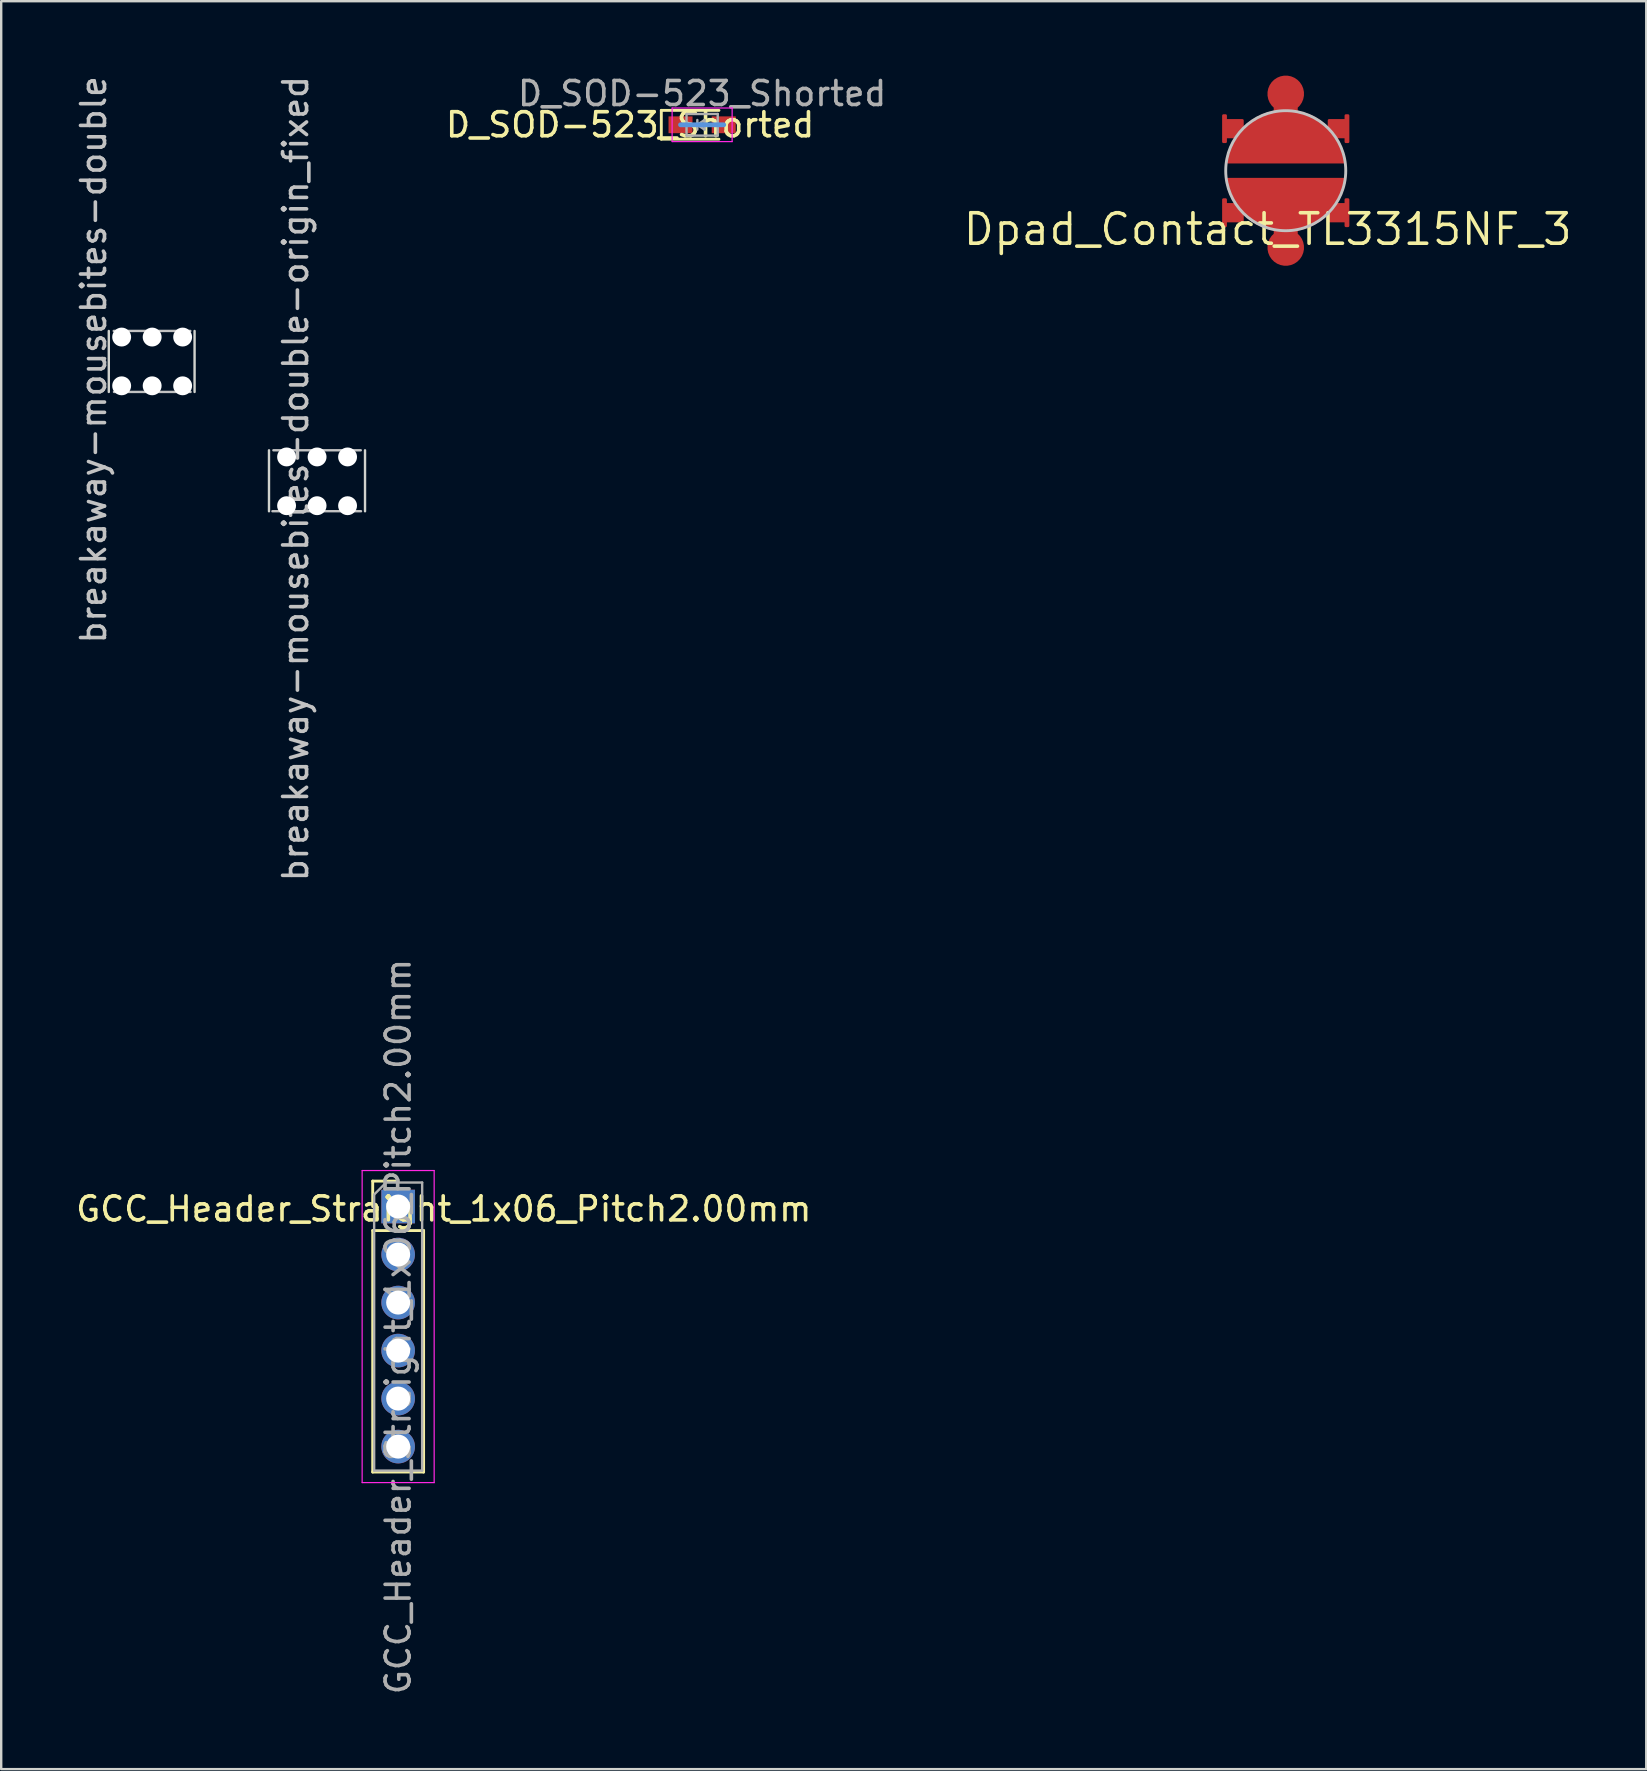
<source format=kicad_pcb>
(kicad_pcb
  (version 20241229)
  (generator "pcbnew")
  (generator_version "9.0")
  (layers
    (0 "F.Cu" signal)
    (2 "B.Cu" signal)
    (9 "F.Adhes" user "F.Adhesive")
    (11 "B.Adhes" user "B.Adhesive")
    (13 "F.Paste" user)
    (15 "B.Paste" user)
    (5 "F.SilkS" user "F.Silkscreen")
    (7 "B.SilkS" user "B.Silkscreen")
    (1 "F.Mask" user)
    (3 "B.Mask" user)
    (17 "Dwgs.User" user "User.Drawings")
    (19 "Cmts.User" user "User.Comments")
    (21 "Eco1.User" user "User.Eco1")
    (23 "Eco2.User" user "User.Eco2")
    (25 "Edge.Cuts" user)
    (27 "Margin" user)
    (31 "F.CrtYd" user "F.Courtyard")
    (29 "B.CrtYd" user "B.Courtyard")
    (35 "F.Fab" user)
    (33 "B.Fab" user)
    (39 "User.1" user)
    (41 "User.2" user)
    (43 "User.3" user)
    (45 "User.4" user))
  (footprint "breakaway-mousebites-double"
    (layer "F.Cu")
    (at 3.288 13.275)
    (property "Reference" "breakaway-mousebites-double" (at -2.44 -1.34 270) (layer "Dwgs.User") (effects (font (size 1 1) (thickness 0.15))))
    (attr exclude_from_pos_files)
    (fp_line (start -1.59 0) (end 1.6 0) (stroke (width 0.1) (type solid)) (layer "Dwgs.User"))
    (fp_line (start 1.59 -2.539) (end -1.6 -2.539) (stroke (width 0.1) (type solid)) (layer "Dwgs.User"))
    (fp_line (start -1.806 -2.538) (end -1.806 0.002) (stroke (width 0.1) (type solid)) (layer "Edge.Cuts"))
    (fp_line (start 1.767 -2.538) (end 1.767 0.002) (stroke (width 0.1) (type solid)) (layer "Edge.Cuts"))
    (pad "" np_thru_hole circle (at -1.27 -2.285 180) (size 0.787 0.787) (drill 0.787) (layers "*.Cu" "*.Mask"))
    (pad "" np_thru_hole circle (at -1.27 -0.254) (size 0.787 0.787) (drill 0.787) (layers "*.Cu" "*.Mask"))
    (pad "" np_thru_hole circle (at 0 -2.285 180) (size 0.787 0.787) (drill 0.787) (layers "*.Cu" "*.Mask"))
    (pad "" np_thru_hole circle (at 0 -0.254) (size 0.787 0.787) (drill 0.787) (layers "*.Cu" "*.Mask"))
    (pad "" np_thru_hole circle (at 1.27 -2.285 180) (size 0.787 0.787) (drill 0.787) (layers "*.Cu" "*.Mask"))
    (pad "" np_thru_hole circle (at 1.27 -0.254) (size 0.787 0.787) (drill 0.787) (layers "*.Cu" "*.Mask")))
  (footprint "GCC_Header_Straight_1x06_Pitch2.00mm"
    (layer "F.Cu")
    (at 13.535 47.208)
    (property "Reference" "GCC_Header_Straight_1x06_Pitch2.00mm" (at 1.9 0.1 180) (layer "F.SilkS") (effects (font (size 1 1) (thickness 0.15))))
    (attr through_hole)
    (fp_line (start -1.06 -1.06) (end 0 -1.06) (stroke (width 0.12) (type solid)) (layer "F.SilkS"))
    (fp_line (start -1.06 0) (end -1.06 -1.06) (stroke (width 0.12) (type solid)) (layer "F.SilkS"))
    (fp_line (start -1.06 1) (end -1.06 11.06) (stroke (width 0.12) (type solid)) (layer "F.SilkS"))
    (fp_line (start -1.06 1) (end 1.06 1) (stroke (width 0.12) (type solid)) (layer "F.SilkS"))
    (fp_line (start -1.06 11.06) (end 1.06 11.06) (stroke (width 0.12) (type solid)) (layer "F.SilkS"))
    (fp_line (start 1.06 1) (end 1.06 11.06) (stroke (width 0.12) (type solid)) (layer "F.SilkS"))
    (fp_line (start -1.5 -1.5) (end -1.5 11.5) (stroke (width 0.05) (type solid)) (layer "F.CrtYd"))
    (fp_line (start -1.5 11.5) (end 1.5 11.5) (stroke (width 0.05) (type solid)) (layer "F.CrtYd"))
    (fp_line (start 1.5 -1.5) (end -1.5 -1.5) (stroke (width 0.05) (type solid)) (layer "F.CrtYd"))
    (fp_line (start 1.5 11.5) (end 1.5 -1.5) (stroke (width 0.05) (type solid)) (layer "F.CrtYd"))
    (fp_line (start -1 -0.5) (end -0.5 -1) (stroke (width 0.1) (type solid)) (layer "F.Fab"))
    (fp_line (start -1 11) (end -1 -0.5) (stroke (width 0.1) (type solid)) (layer "F.Fab"))
    (fp_line (start -0.5 -1) (end 1 -1) (stroke (width 0.1) (type solid)) (layer "F.Fab"))
    (fp_line (start 1 -1) (end 1 11) (stroke (width 0.1) (type solid)) (layer "F.Fab"))
    (fp_line (start 1 11) (end -1 11) (stroke (width 0.1) (type solid)) (layer "F.Fab"))
    (fp_text user "${REFERENCE}" (at 0 5 90) (layer "F.Fab") (effects (font (size 1 1) (thickness 0.15))))
    (pad "1" thru_hole rect (at 0 0) (size 1.4 1.4) (drill 1) (layers "*.Cu" "*.Mask"))
    (pad "2" thru_hole oval (at 0 2) (size 1.4 1.4) (drill 1) (layers "*.Cu" "*.Mask"))
    (pad "3" thru_hole oval (at 0 4) (size 1.4 1.4) (drill 1) (layers "*.Cu" "*.Mask"))
    (pad "4" thru_hole oval (at 0 6) (size 1.4 1.4) (drill 1) (layers "*.Cu" "*.Mask"))
    (pad "5" thru_hole oval (at 0 8) (size 1.4 1.4) (drill 1) (layers "*.Cu" "*.Mask"))
    (pad "6" thru_hole oval (at 0 10) (size 1.4 1.4) (drill 1) (layers "*.Cu" "*.Mask")))
  (footprint "D_SOD-523_Shorted"
    (layer "F.Cu")
    (at 26.197 2.148)
    (property "Reference" "D_SOD-523_Shorted" (at -3 0 180) (layer "F.SilkS") (effects (font (size 1 1) (thickness 0.15))))
    (attr smd)
    (fp_line (start -1.7 -0.6) (end -1.7 0.6) (stroke (width 0.12) (type solid)) (layer "F.SilkS"))
    (fp_line (start 0.7 -0.6) (end -1.7 -0.6) (stroke (width 0.12) (type solid)) (layer "F.SilkS"))
    (fp_line (start 0.7 0.6) (end -1.7 0.6) (stroke (width 0.12) (type solid)) (layer "F.SilkS"))
    (fp_line (start -0.9 0) (end 0.9 0) (stroke (width 0.2) (type solid)) (layer "Cmts.User"))
    (fp_line (start -1.25 -0.7) (end 1.25 -0.7) (stroke (width 0.05) (type solid)) (layer "F.CrtYd"))
    (fp_line (start -1.25 0.7) (end -1.25 -0.7) (stroke (width 0.05) (type solid)) (layer "F.CrtYd"))
    (fp_line (start 1.25 -0.7) (end 1.25 0.7) (stroke (width 0.05) (type solid)) (layer "F.CrtYd"))
    (fp_line (start 1.25 0.7) (end -1.25 0.7) (stroke (width 0.05) (type solid)) (layer "F.CrtYd"))
    (fp_line (start -0.65 -0.45) (end 0.65 -0.45) (stroke (width 0.1) (type solid)) (layer "F.Fab"))
    (fp_line (start -0.65 0.45) (end -0.65 -0.45) (stroke (width 0.1) (type solid)) (layer "F.Fab"))
    (fp_line (start -0.2 0) (end -0.35 0) (stroke (width 0.1) (type solid)) (layer "F.Fab"))
    (fp_line (start -0.2 0) (end 0.1 0.2) (stroke (width 0.1) (type solid)) (layer "F.Fab"))
    (fp_line (start -0.2 0.2) (end -0.2 -0.2) (stroke (width 0.1) (type solid)) (layer "F.Fab"))
    (fp_line (start 0.1 -0.2) (end -0.2 0) (stroke (width 0.1) (type solid)) (layer "F.Fab"))
    (fp_line (start 0.1 0) (end 0.25 0) (stroke (width 0.1) (type solid)) (layer "F.Fab"))
    (fp_line (start 0.1 0.2) (end 0.1 -0.2) (stroke (width 0.1) (type solid)) (layer "F.Fab"))
    (fp_line (start 0.65 -0.45) (end 0.65 0.45) (stroke (width 0.1) (type solid)) (layer "F.Fab"))
    (fp_line (start 0.65 0.45) (end -0.65 0.45) (stroke (width 0.1) (type solid)) (layer "F.Fab"))
    (fp_text user "${REFERENCE}" (at 0 -1.3 180) (layer "F.Fab") (effects (font (size 1 1) (thickness 0.15))))
    (pad "1" smd rect (at -0.9 0 180) (size 1 0.7) (layers "F.Cu" "F.Mask" "F.Paste"))
    (pad "2" smd rect (at 0.9 0 180) (size 1 0.7) (layers "F.Cu" "F.Mask" "F.Paste")))
  (footprint "Dpad_Contact_TL3315NF_3"
    (layer "F.Cu")
    (at 50.507 4.06)
    (property "Reference" "Dpad_Contact_TL3315NF_3" (at -0.751 2.442 0) (layer "F.SilkS") (effects (font (size 1.27 1.27) (thickness 0.15))))
    (attr through_hole)
    (fp_circle (center 0 -3.2) (end 0.8 -3.2) (stroke (width 0.12) (type solid)) (fill yes) (layer "F.Mask"))
    (fp_circle (center 0 0) (end 2.5 0) (stroke (width 0.12) (type solid)) (fill yes) (layer "F.Mask"))
    (fp_circle (center 0 3.2) (end 0.8 3.2) (stroke (width 0.12) (type solid)) (fill yes) (layer "F.Mask"))
    (fp_circle (center 0 0) (end 0 -2.5) (stroke (width 0.12) (type solid)) (fill no) (layer "Dwgs.User"))
    (pad "1" smd custom (at 0 3.2) (size 1.524 1.524) (layers "F.Cu" "F.Mask" "F.Paste") (options (anchor circle)) (primitives (gr_line (start 0 0) (end 0 -1.5) (width 1)) (gr_poly (pts (arc (start 2.4 -2.8) (mid 0.000001 -0.753827) (end -2.4 -2.8))) (width 0.2) (fill yes)) (gr_poly (pts (xy 2.6 -0.9) (xy 2.5 -0.9) (xy 2.5 -1.1) (xy 1.8 -1.1) (xy 1.8 -1.8) (xy 2.5 -1.8) (xy 2.5 -2) (xy 2.6 -2)) (width 0.1) (fill yes)) (gr_poly (pts (xy -2.6 -2) (xy -2.5 -2) (xy -2.5 -1.8) (xy -1.8 -1.8) (xy -1.8 -1.1) (xy -2.5 -1.1) (xy -2.5 -0.9) (xy -2.6 -0.9)) (width 0.1) (fill yes))))
    (pad "2" smd custom (at 0 -3.2) (size 1.524 1.524) (layers "F.Cu" "F.Mask" "F.Paste") (options (anchor circle)) (primitives (gr_line (start 0 0) (end 0 1.5) (width 1)) (gr_poly (pts (arc (start 2.4 2.8) (mid -0.000001 0.753827) (end -2.4 2.8))) (width 0.2) (fill yes)) (gr_poly (pts (xy -2.6 0.9) (xy -2.5 0.9) (xy -2.5 1.1) (xy -1.8 1.1) (xy -1.8 1.8) (xy -2.5 1.8) (xy -2.5 2) (xy -2.6 2)) (width 0.1) (fill yes)) (gr_poly (pts (xy 2.6 2) (xy 2.5 2) (xy 2.5 1.8) (xy 1.8 1.8) (xy 1.8 1.1) (xy 2.5 1.1) (xy 2.5 0.9) (xy 2.6 0.9)) (width 0.1) (fill yes)))))
  (footprint "breakaway-mousebites-double-origin_fixed"
    (layer "F.Cu")
    (at 12.155 18.247)
    (property "Reference" "breakaway-mousebites-double-origin_fixed" (at -2.89 -1.36 90) (layer "Dwgs.User") (effects (font (size 1 1) (thickness 0.15))))
    (attr exclude_from_pos_files)
    (fp_line (start -3.857 -0.002) (end -0.167 -0.002) (stroke (width 0.1) (type solid)) (layer "Dwgs.User"))
    (fp_line (start -0.177 -2.541) (end -3.817 -2.541) (stroke (width 0.1) (type solid)) (layer "Dwgs.User"))
    (fp_line (start -4 -2.54) (end -4 0) (stroke (width 0.1) (type solid)) (layer "Edge.Cuts"))
    (fp_line (start 0 -2.54) (end 0 0) (stroke (width 0.1) (type solid)) (layer "Edge.Cuts"))
    (pad "" np_thru_hole circle (at -3.267 -2.263 180) (size 0.787 0.787) (drill 0.787) (layers "*.Cu" "*.Mask"))
    (pad "" np_thru_hole circle (at -3.267 -0.232) (size 0.787 0.787) (drill 0.787) (layers "*.Cu" "*.Mask"))
    (pad "" np_thru_hole circle (at -1.997 -2.263 180) (size 0.787 0.787) (drill 0.787) (layers "*.Cu" "*.Mask"))
    (pad "" np_thru_hole circle (at -1.997 -0.232) (size 0.787 0.787) (drill 0.787) (layers "*.Cu" "*.Mask"))
    (pad "" np_thru_hole circle (at -0.727 -2.263 180) (size 0.787 0.787) (drill 0.787) (layers "*.Cu" "*.Mask"))
    (pad "" np_thru_hole circle (at -0.727 -0.232) (size 0.787 0.787) (drill 0.787) (layers "*.Cu" "*.Mask")))
  (gr_rect
    (start -3 -3)
    (end 65.524 70.643)
    (stroke (width 0.1) (type default))
    (fill no)
    (layer "Edge.Cuts")))
</source>
